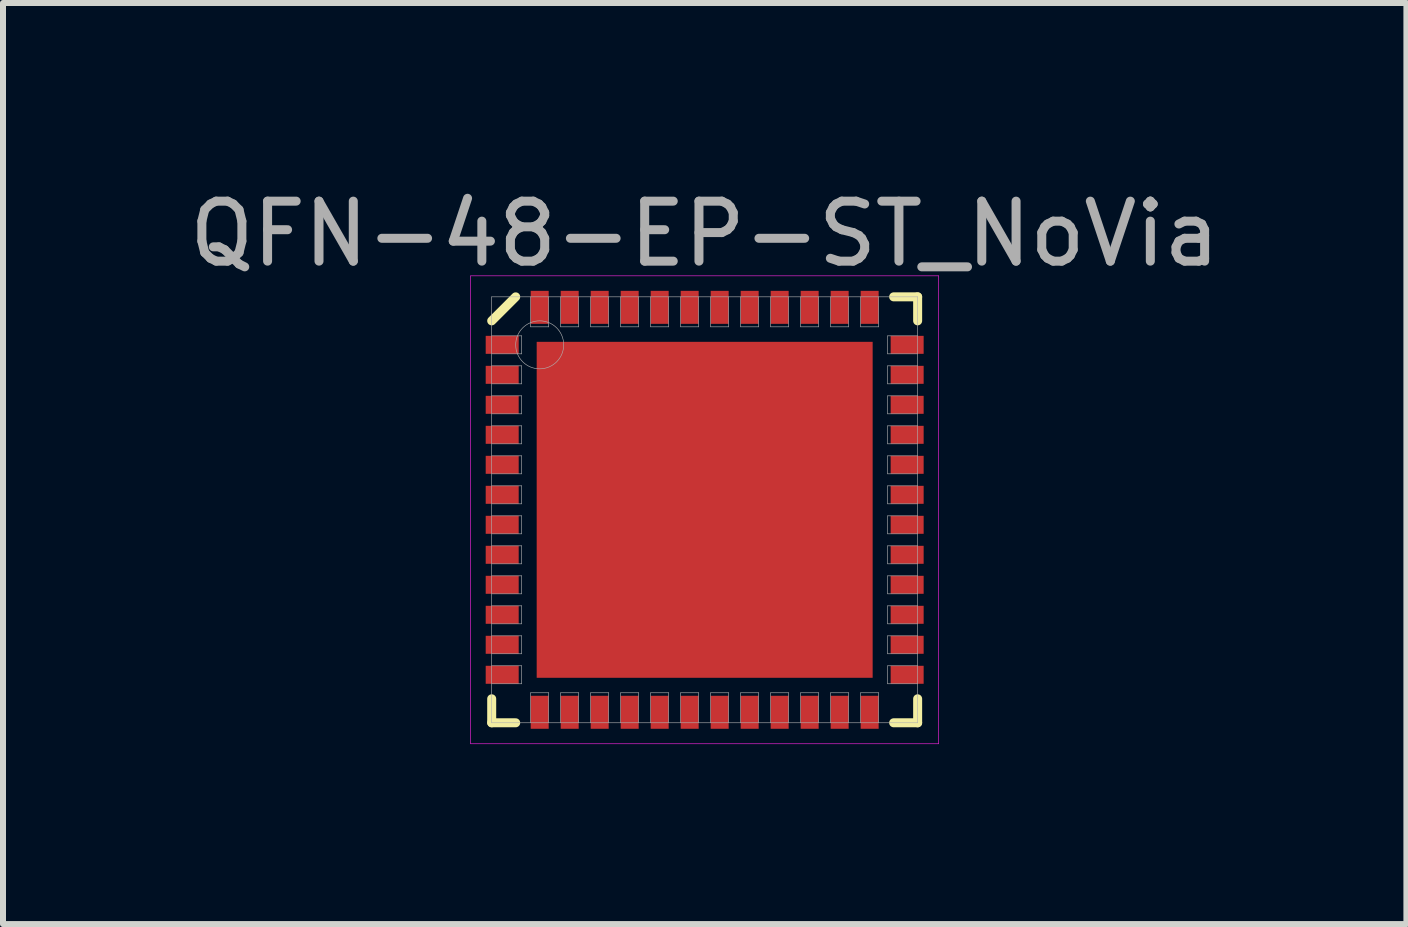
<source format=kicad_pcb>
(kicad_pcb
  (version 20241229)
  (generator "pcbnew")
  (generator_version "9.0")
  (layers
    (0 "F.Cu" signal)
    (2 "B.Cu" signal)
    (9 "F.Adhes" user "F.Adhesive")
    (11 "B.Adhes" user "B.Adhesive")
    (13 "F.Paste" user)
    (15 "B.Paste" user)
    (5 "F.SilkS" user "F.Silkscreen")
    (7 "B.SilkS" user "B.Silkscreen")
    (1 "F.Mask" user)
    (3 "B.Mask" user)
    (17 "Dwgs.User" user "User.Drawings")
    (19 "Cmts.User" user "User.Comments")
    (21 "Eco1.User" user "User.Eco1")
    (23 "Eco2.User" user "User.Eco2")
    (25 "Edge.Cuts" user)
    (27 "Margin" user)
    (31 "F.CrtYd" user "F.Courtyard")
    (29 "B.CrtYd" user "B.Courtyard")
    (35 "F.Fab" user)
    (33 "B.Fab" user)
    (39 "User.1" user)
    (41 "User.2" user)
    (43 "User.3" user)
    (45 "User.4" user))
  (footprint "QFN-48-EP-ST_NoVia"
    (layer "F.Cu")
    (at 8.696 5.448)
    (property "Reference" "QFN-48-EP-ST_NoVia" (at 0 -4.6 0) (layer "F.Fab") (effects (font (size 1 1) (thickness 0.15))))
    (attr through_hole)
    (fp_line (start -3.55 -3.15) (end -3.15 -3.55) (stroke (width 0.15) (type solid)) (layer "F.SilkS"))
    (fp_line (start -3.55 3.55) (end -3.55 3.15) (stroke (width 0.15) (type solid)) (layer "F.SilkS"))
    (fp_line (start -3.15 3.55) (end -3.55 3.55) (stroke (width 0.15) (type solid)) (layer "F.SilkS"))
    (fp_line (start 3.15 -3.55) (end 3.55 -3.55) (stroke (width 0.15) (type solid)) (layer "F.SilkS"))
    (fp_line (start 3.15 3.55) (end 3.55 3.55) (stroke (width 0.15) (type solid)) (layer "F.SilkS"))
    (fp_line (start 3.55 -3.55) (end 3.55 -3.15) (stroke (width 0.15) (type solid)) (layer "F.SilkS"))
    (fp_line (start 3.55 3.55) (end 3.55 3.15) (stroke (width 0.15) (type solid)) (layer "F.SilkS"))
    (fp_line (start -3.9 -3.9) (end 3.9 -3.9) (stroke (width 0.01) (type solid)) (layer "F.CrtYd"))
    (fp_line (start -3.9 3.9) (end -3.9 -3.9) (stroke (width 0.01) (type solid)) (layer "F.CrtYd"))
    (fp_line (start 3.9 -3.9) (end 3.9 3.9) (stroke (width 0.01) (type solid)) (layer "F.CrtYd"))
    (fp_line (start 3.9 3.9) (end -3.9 3.9) (stroke (width 0.01) (type solid)) (layer "F.CrtYd"))
    (fp_line (start -3.55 -3.55) (end 3.55 -3.55) (stroke (width 0.01) (type solid)) (layer "F.Fab"))
    (fp_line (start -3.55 -2.6) (end -3.05 -2.6) (stroke (width 0.01) (type solid)) (layer "F.Fab"))
    (fp_line (start -3.55 -2.1) (end -3.05 -2.1) (stroke (width 0.01) (type solid)) (layer "F.Fab"))
    (fp_line (start -3.55 -1.6) (end -3.05 -1.6) (stroke (width 0.01) (type solid)) (layer "F.Fab"))
    (fp_line (start -3.55 -1.1) (end -3.05 -1.1) (stroke (width 0.01) (type solid)) (layer "F.Fab"))
    (fp_line (start -3.55 -0.6) (end -3.05 -0.6) (stroke (width 0.01) (type solid)) (layer "F.Fab"))
    (fp_line (start -3.55 -0.1) (end -3.05 -0.1) (stroke (width 0.01) (type solid)) (layer "F.Fab"))
    (fp_line (start -3.55 0.4) (end -3.05 0.4) (stroke (width 0.01) (type solid)) (layer "F.Fab"))
    (fp_line (start -3.55 0.9) (end -3.05 0.9) (stroke (width 0.01) (type solid)) (layer "F.Fab"))
    (fp_line (start -3.55 1.4) (end -3.05 1.4) (stroke (width 0.01) (type solid)) (layer "F.Fab"))
    (fp_line (start -3.55 1.9) (end -3.05 1.9) (stroke (width 0.01) (type solid)) (layer "F.Fab"))
    (fp_line (start -3.55 2.4) (end -3.05 2.4) (stroke (width 0.01) (type solid)) (layer "F.Fab"))
    (fp_line (start -3.55 2.9) (end -3.05 2.9) (stroke (width 0.01) (type solid)) (layer "F.Fab"))
    (fp_line (start -3.55 3.55) (end -3.55 -3.55) (stroke (width 0.01) (type solid)) (layer "F.Fab"))
    (fp_line (start -3.05 -2.9) (end -3.55 -2.9) (stroke (width 0.01) (type solid)) (layer "F.Fab"))
    (fp_line (start -3.05 -2.6) (end -3.05 -2.9) (stroke (width 0.01) (type solid)) (layer "F.Fab"))
    (fp_line (start -3.05 -2.4) (end -3.55 -2.4) (stroke (width 0.01) (type solid)) (layer "F.Fab"))
    (fp_line (start -3.05 -2.1) (end -3.05 -2.4) (stroke (width 0.01) (type solid)) (layer "F.Fab"))
    (fp_line (start -3.05 -1.9) (end -3.55 -1.9) (stroke (width 0.01) (type solid)) (layer "F.Fab"))
    (fp_line (start -3.05 -1.6) (end -3.05 -1.9) (stroke (width 0.01) (type solid)) (layer "F.Fab"))
    (fp_line (start -3.05 -1.4) (end -3.55 -1.4) (stroke (width 0.01) (type solid)) (layer "F.Fab"))
    (fp_line (start -3.05 -1.1) (end -3.05 -1.4) (stroke (width 0.01) (type solid)) (layer "F.Fab"))
    (fp_line (start -3.05 -0.9) (end -3.55 -0.9) (stroke (width 0.01) (type solid)) (layer "F.Fab"))
    (fp_line (start -3.05 -0.6) (end -3.05 -0.9) (stroke (width 0.01) (type solid)) (layer "F.Fab"))
    (fp_line (start -3.05 -0.4) (end -3.55 -0.4) (stroke (width 0.01) (type solid)) (layer "F.Fab"))
    (fp_line (start -3.05 -0.1) (end -3.05 -0.4) (stroke (width 0.01) (type solid)) (layer "F.Fab"))
    (fp_line (start -3.05 0.1) (end -3.55 0.1) (stroke (width 0.01) (type solid)) (layer "F.Fab"))
    (fp_line (start -3.05 0.4) (end -3.05 0.1) (stroke (width 0.01) (type solid)) (layer "F.Fab"))
    (fp_line (start -3.05 0.6) (end -3.55 0.6) (stroke (width 0.01) (type solid)) (layer "F.Fab"))
    (fp_line (start -3.05 0.9) (end -3.05 0.6) (stroke (width 0.01) (type solid)) (layer "F.Fab"))
    (fp_line (start -3.05 1.1) (end -3.55 1.1) (stroke (width 0.01) (type solid)) (layer "F.Fab"))
    (fp_line (start -3.05 1.4) (end -3.05 1.1) (stroke (width 0.01) (type solid)) (layer "F.Fab"))
    (fp_line (start -3.05 1.6) (end -3.55 1.6) (stroke (width 0.01) (type solid)) (layer "F.Fab"))
    (fp_line (start -3.05 1.9) (end -3.05 1.6) (stroke (width 0.01) (type solid)) (layer "F.Fab"))
    (fp_line (start -3.05 2.1) (end -3.55 2.1) (stroke (width 0.01) (type solid)) (layer "F.Fab"))
    (fp_line (start -3.05 2.4) (end -3.05 2.1) (stroke (width 0.01) (type solid)) (layer "F.Fab"))
    (fp_line (start -3.05 2.6) (end -3.55 2.6) (stroke (width 0.01) (type solid)) (layer "F.Fab"))
    (fp_line (start -3.05 2.9) (end -3.05 2.6) (stroke (width 0.01) (type solid)) (layer "F.Fab"))
    (fp_line (start -2.9 -3.55) (end -2.9 -3.05) (stroke (width 0.01) (type solid)) (layer "F.Fab"))
    (fp_line (start -2.9 -3.05) (end -2.6 -3.05) (stroke (width 0.01) (type solid)) (layer "F.Fab"))
    (fp_line (start -2.9 3.05) (end -2.9 3.55) (stroke (width 0.01) (type solid)) (layer "F.Fab"))
    (fp_line (start -2.6 -3.05) (end -2.6 -3.55) (stroke (width 0.01) (type solid)) (layer "F.Fab"))
    (fp_line (start -2.6 3.05) (end -2.9 3.05) (stroke (width 0.01) (type solid)) (layer "F.Fab"))
    (fp_line (start -2.6 3.55) (end -2.6 3.05) (stroke (width 0.01) (type solid)) (layer "F.Fab"))
    (fp_line (start -2.4 -3.55) (end -2.4 -3.05) (stroke (width 0.01) (type solid)) (layer "F.Fab"))
    (fp_line (start -2.4 -3.05) (end -2.1 -3.05) (stroke (width 0.01) (type solid)) (layer "F.Fab"))
    (fp_line (start -2.4 3.05) (end -2.4 3.55) (stroke (width 0.01) (type solid)) (layer "F.Fab"))
    (fp_line (start -2.1 -3.05) (end -2.1 -3.55) (stroke (width 0.01) (type solid)) (layer "F.Fab"))
    (fp_line (start -2.1 3.05) (end -2.4 3.05) (stroke (width 0.01) (type solid)) (layer "F.Fab"))
    (fp_line (start -2.1 3.55) (end -2.1 3.05) (stroke (width 0.01) (type solid)) (layer "F.Fab"))
    (fp_line (start -1.9 -3.55) (end -1.9 -3.05) (stroke (width 0.01) (type solid)) (layer "F.Fab"))
    (fp_line (start -1.9 -3.05) (end -1.6 -3.05) (stroke (width 0.01) (type solid)) (layer "F.Fab"))
    (fp_line (start -1.9 3.05) (end -1.9 3.55) (stroke (width 0.01) (type solid)) (layer "F.Fab"))
    (fp_line (start -1.6 -3.05) (end -1.6 -3.55) (stroke (width 0.01) (type solid)) (layer "F.Fab"))
    (fp_line (start -1.6 3.05) (end -1.9 3.05) (stroke (width 0.01) (type solid)) (layer "F.Fab"))
    (fp_line (start -1.6 3.55) (end -1.6 3.05) (stroke (width 0.01) (type solid)) (layer "F.Fab"))
    (fp_line (start -1.4 -3.55) (end -1.4 -3.05) (stroke (width 0.01) (type solid)) (layer "F.Fab"))
    (fp_line (start -1.4 -3.05) (end -1.1 -3.05) (stroke (width 0.01) (type solid)) (layer "F.Fab"))
    (fp_line (start -1.4 3.05) (end -1.4 3.55) (stroke (width 0.01) (type solid)) (layer "F.Fab"))
    (fp_line (start -1.1 -3.05) (end -1.1 -3.55) (stroke (width 0.01) (type solid)) (layer "F.Fab"))
    (fp_line (start -1.1 3.05) (end -1.4 3.05) (stroke (width 0.01) (type solid)) (layer "F.Fab"))
    (fp_line (start -1.1 3.55) (end -1.1 3.05) (stroke (width 0.01) (type solid)) (layer "F.Fab"))
    (fp_line (start -0.9 -3.55) (end -0.9 -3.05) (stroke (width 0.01) (type solid)) (layer "F.Fab"))
    (fp_line (start -0.9 -3.05) (end -0.6 -3.05) (stroke (width 0.01) (type solid)) (layer "F.Fab"))
    (fp_line (start -0.9 3.05) (end -0.9 3.55) (stroke (width 0.01) (type solid)) (layer "F.Fab"))
    (fp_line (start -0.6 -3.05) (end -0.6 -3.55) (stroke (width 0.01) (type solid)) (layer "F.Fab"))
    (fp_line (start -0.6 3.05) (end -0.9 3.05) (stroke (width 0.01) (type solid)) (layer "F.Fab"))
    (fp_line (start -0.6 3.55) (end -0.6 3.05) (stroke (width 0.01) (type solid)) (layer "F.Fab"))
    (fp_line (start -0.4 -3.55) (end -0.4 -3.05) (stroke (width 0.01) (type solid)) (layer "F.Fab"))
    (fp_line (start -0.4 -3.05) (end -0.1 -3.05) (stroke (width 0.01) (type solid)) (layer "F.Fab"))
    (fp_line (start -0.4 3.05) (end -0.4 3.55) (stroke (width 0.01) (type solid)) (layer "F.Fab"))
    (fp_line (start -0.1 -3.05) (end -0.1 -3.55) (stroke (width 0.01) (type solid)) (layer "F.Fab"))
    (fp_line (start -0.1 3.05) (end -0.4 3.05) (stroke (width 0.01) (type solid)) (layer "F.Fab"))
    (fp_line (start -0.1 3.55) (end -0.1 3.05) (stroke (width 0.01) (type solid)) (layer "F.Fab"))
    (fp_line (start 0.1 -3.55) (end 0.1 -3.05) (stroke (width 0.01) (type solid)) (layer "F.Fab"))
    (fp_line (start 0.1 -3.05) (end 0.4 -3.05) (stroke (width 0.01) (type solid)) (layer "F.Fab"))
    (fp_line (start 0.1 3.05) (end 0.1 3.55) (stroke (width 0.01) (type solid)) (layer "F.Fab"))
    (fp_line (start 0.4 -3.05) (end 0.4 -3.55) (stroke (width 0.01) (type solid)) (layer "F.Fab"))
    (fp_line (start 0.4 3.05) (end 0.1 3.05) (stroke (width 0.01) (type solid)) (layer "F.Fab"))
    (fp_line (start 0.4 3.55) (end 0.4 3.05) (stroke (width 0.01) (type solid)) (layer "F.Fab"))
    (fp_line (start 0.6 -3.55) (end 0.6 -3.05) (stroke (width 0.01) (type solid)) (layer "F.Fab"))
    (fp_line (start 0.6 -3.05) (end 0.9 -3.05) (stroke (width 0.01) (type solid)) (layer "F.Fab"))
    (fp_line (start 0.6 3.05) (end 0.6 3.55) (stroke (width 0.01) (type solid)) (layer "F.Fab"))
    (fp_line (start 0.9 -3.05) (end 0.9 -3.55) (stroke (width 0.01) (type solid)) (layer "F.Fab"))
    (fp_line (start 0.9 3.05) (end 0.6 3.05) (stroke (width 0.01) (type solid)) (layer "F.Fab"))
    (fp_line (start 0.9 3.55) (end 0.9 3.05) (stroke (width 0.01) (type solid)) (layer "F.Fab"))
    (fp_line (start 1.1 -3.55) (end 1.1 -3.05) (stroke (width 0.01) (type solid)) (layer "F.Fab"))
    (fp_line (start 1.1 -3.05) (end 1.4 -3.05) (stroke (width 0.01) (type solid)) (layer "F.Fab"))
    (fp_line (start 1.1 3.05) (end 1.1 3.55) (stroke (width 0.01) (type solid)) (layer "F.Fab"))
    (fp_line (start 1.4 -3.05) (end 1.4 -3.55) (stroke (width 0.01) (type solid)) (layer "F.Fab"))
    (fp_line (start 1.4 3.05) (end 1.1 3.05) (stroke (width 0.01) (type solid)) (layer "F.Fab"))
    (fp_line (start 1.4 3.55) (end 1.4 3.05) (stroke (width 0.01) (type solid)) (layer "F.Fab"))
    (fp_line (start 1.6 -3.55) (end 1.6 -3.05) (stroke (width 0.01) (type solid)) (layer "F.Fab"))
    (fp_line (start 1.6 -3.05) (end 1.9 -3.05) (stroke (width 0.01) (type solid)) (layer "F.Fab"))
    (fp_line (start 1.6 3.05) (end 1.6 3.55) (stroke (width 0.01) (type solid)) (layer "F.Fab"))
    (fp_line (start 1.9 -3.05) (end 1.9 -3.55) (stroke (width 0.01) (type solid)) (layer "F.Fab"))
    (fp_line (start 1.9 3.05) (end 1.6 3.05) (stroke (width 0.01) (type solid)) (layer "F.Fab"))
    (fp_line (start 1.9 3.55) (end 1.9 3.05) (stroke (width 0.01) (type solid)) (layer "F.Fab"))
    (fp_line (start 2.1 -3.55) (end 2.1 -3.05) (stroke (width 0.01) (type solid)) (layer "F.Fab"))
    (fp_line (start 2.1 -3.05) (end 2.4 -3.05) (stroke (width 0.01) (type solid)) (layer "F.Fab"))
    (fp_line (start 2.1 3.05) (end 2.1 3.55) (stroke (width 0.01) (type solid)) (layer "F.Fab"))
    (fp_line (start 2.4 -3.05) (end 2.4 -3.55) (stroke (width 0.01) (type solid)) (layer "F.Fab"))
    (fp_line (start 2.4 3.05) (end 2.1 3.05) (stroke (width 0.01) (type solid)) (layer "F.Fab"))
    (fp_line (start 2.4 3.55) (end 2.4 3.05) (stroke (width 0.01) (type solid)) (layer "F.Fab"))
    (fp_line (start 2.6 -3.55) (end 2.6 -3.05) (stroke (width 0.01) (type solid)) (layer "F.Fab"))
    (fp_line (start 2.6 -3.05) (end 2.9 -3.05) (stroke (width 0.01) (type solid)) (layer "F.Fab"))
    (fp_line (start 2.6 3.05) (end 2.6 3.55) (stroke (width 0.01) (type solid)) (layer "F.Fab"))
    (fp_line (start 2.9 -3.05) (end 2.9 -3.55) (stroke (width 0.01) (type solid)) (layer "F.Fab"))
    (fp_line (start 2.9 3.05) (end 2.6 3.05) (stroke (width 0.01) (type solid)) (layer "F.Fab"))
    (fp_line (start 2.9 3.55) (end 2.9 3.05) (stroke (width 0.01) (type solid)) (layer "F.Fab"))
    (fp_line (start 3.05 -2.9) (end 3.05 -2.6) (stroke (width 0.01) (type solid)) (layer "F.Fab"))
    (fp_line (start 3.05 -2.6) (end 3.55 -2.6) (stroke (width 0.01) (type solid)) (layer "F.Fab"))
    (fp_line (start 3.05 -2.4) (end 3.05 -2.1) (stroke (width 0.01) (type solid)) (layer "F.Fab"))
    (fp_line (start 3.05 -2.1) (end 3.55 -2.1) (stroke (width 0.01) (type solid)) (layer "F.Fab"))
    (fp_line (start 3.05 -1.9) (end 3.05 -1.6) (stroke (width 0.01) (type solid)) (layer "F.Fab"))
    (fp_line (start 3.05 -1.6) (end 3.55 -1.6) (stroke (width 0.01) (type solid)) (layer "F.Fab"))
    (fp_line (start 3.05 -1.4) (end 3.05 -1.1) (stroke (width 0.01) (type solid)) (layer "F.Fab"))
    (fp_line (start 3.05 -1.1) (end 3.55 -1.1) (stroke (width 0.01) (type solid)) (layer "F.Fab"))
    (fp_line (start 3.05 -0.9) (end 3.05 -0.6) (stroke (width 0.01) (type solid)) (layer "F.Fab"))
    (fp_line (start 3.05 -0.6) (end 3.55 -0.6) (stroke (width 0.01) (type solid)) (layer "F.Fab"))
    (fp_line (start 3.05 -0.4) (end 3.05 -0.1) (stroke (width 0.01) (type solid)) (layer "F.Fab"))
    (fp_line (start 3.05 -0.1) (end 3.55 -0.1) (stroke (width 0.01) (type solid)) (layer "F.Fab"))
    (fp_line (start 3.05 0.1) (end 3.05 0.4) (stroke (width 0.01) (type solid)) (layer "F.Fab"))
    (fp_line (start 3.05 0.4) (end 3.55 0.4) (stroke (width 0.01) (type solid)) (layer "F.Fab"))
    (fp_line (start 3.05 0.6) (end 3.05 0.9) (stroke (width 0.01) (type solid)) (layer "F.Fab"))
    (fp_line (start 3.05 0.9) (end 3.55 0.9) (stroke (width 0.01) (type solid)) (layer "F.Fab"))
    (fp_line (start 3.05 1.1) (end 3.05 1.4) (stroke (width 0.01) (type solid)) (layer "F.Fab"))
    (fp_line (start 3.05 1.4) (end 3.55 1.4) (stroke (width 0.01) (type solid)) (layer "F.Fab"))
    (fp_line (start 3.05 1.6) (end 3.05 1.9) (stroke (width 0.01) (type solid)) (layer "F.Fab"))
    (fp_line (start 3.05 1.9) (end 3.55 1.9) (stroke (width 0.01) (type solid)) (layer "F.Fab"))
    (fp_line (start 3.05 2.1) (end 3.05 2.4) (stroke (width 0.01) (type solid)) (layer "F.Fab"))
    (fp_line (start 3.05 2.4) (end 3.55 2.4) (stroke (width 0.01) (type solid)) (layer "F.Fab"))
    (fp_line (start 3.05 2.6) (end 3.05 2.9) (stroke (width 0.01) (type solid)) (layer "F.Fab"))
    (fp_line (start 3.05 2.9) (end 3.55 2.9) (stroke (width 0.01) (type solid)) (layer "F.Fab"))
    (fp_line (start 3.55 -3.55) (end 3.55 3.55) (stroke (width 0.01) (type solid)) (layer "F.Fab"))
    (fp_line (start 3.55 -2.9) (end 3.05 -2.9) (stroke (width 0.01) (type solid)) (layer "F.Fab"))
    (fp_line (start 3.55 -2.4) (end 3.05 -2.4) (stroke (width 0.01) (type solid)) (layer "F.Fab"))
    (fp_line (start 3.55 -1.9) (end 3.05 -1.9) (stroke (width 0.01) (type solid)) (layer "F.Fab"))
    (fp_line (start 3.55 -1.4) (end 3.05 -1.4) (stroke (width 0.01) (type solid)) (layer "F.Fab"))
    (fp_line (start 3.55 -0.9) (end 3.05 -0.9) (stroke (width 0.01) (type solid)) (layer "F.Fab"))
    (fp_line (start 3.55 -0.4) (end 3.05 -0.4) (stroke (width 0.01) (type solid)) (layer "F.Fab"))
    (fp_line (start 3.55 0.1) (end 3.05 0.1) (stroke (width 0.01) (type solid)) (layer "F.Fab"))
    (fp_line (start 3.55 0.6) (end 3.05 0.6) (stroke (width 0.01) (type solid)) (layer "F.Fab"))
    (fp_line (start 3.55 1.1) (end 3.05 1.1) (stroke (width 0.01) (type solid)) (layer "F.Fab"))
    (fp_line (start 3.55 1.6) (end 3.05 1.6) (stroke (width 0.01) (type solid)) (layer "F.Fab"))
    (fp_line (start 3.55 2.1) (end 3.05 2.1) (stroke (width 0.01) (type solid)) (layer "F.Fab"))
    (fp_line (start 3.55 2.6) (end 3.05 2.6) (stroke (width 0.01) (type solid)) (layer "F.Fab"))
    (fp_line (start 3.55 3.55) (end -3.55 3.55) (stroke (width 0.01) (type solid)) (layer "F.Fab"))
    (fp_circle (center -2.75 -2.75) (end -2.75 -2.35) (stroke (width 0.01) (type solid)) (fill no) (layer "F.Fab"))
    (pad "" smd rect (at -1.25 -1.25) (size 1 1) (layers "F.Paste"))
    (pad "" smd rect (at -1.25 -1.25) (size 2 2) (layers "F.Mask"))
    (pad "" smd rect (at -1.25 1.25) (size 1 1) (layers "F.Paste"))
    (pad "" smd rect (at -1.25 1.25) (size 2 2) (layers "F.Mask"))
    (pad "" smd rect (at 1.25 -1.25) (size 1 1) (layers "F.Paste"))
    (pad "" smd rect (at 1.25 -1.25) (size 2 2) (layers "F.Mask"))
    (pad "" smd rect (at 1.25 1.25) (size 1 1) (layers "F.Paste"))
    (pad "" smd rect (at 1.25 1.25) (size 2 2) (layers "F.Mask"))
    (pad "1" smd rect (at -3.375 -2.75) (size 0.55 0.3) (layers "F.Cu" "F.Mask" "F.Paste"))
    (pad "2" smd rect (at -3.375 -2.25) (size 0.55 0.3) (layers "F.Cu" "F.Mask" "F.Paste"))
    (pad "3" smd rect (at -3.375 -1.75) (size 0.55 0.3) (layers "F.Cu" "F.Mask" "F.Paste"))
    (pad "4" smd rect (at -3.375 -1.25) (size 0.55 0.3) (layers "F.Cu" "F.Mask" "F.Paste"))
    (pad "5" smd rect (at -3.375 -0.75) (size 0.55 0.3) (layers "F.Cu" "F.Mask" "F.Paste"))
    (pad "5" smd rect (at 0 0) (size 5.6 5.6) (layers "F.Cu"))
    (pad "6" smd rect (at -3.375 -0.25) (size 0.55 0.3) (layers "F.Cu" "F.Mask" "F.Paste"))
    (pad "7" smd rect (at -3.375 0.25) (size 0.55 0.3) (layers "F.Cu" "F.Mask" "F.Paste"))
    (pad "8" smd rect (at -3.375 0.75) (size 0.55 0.3) (layers "F.Cu" "F.Mask" "F.Paste"))
    (pad "9" smd rect (at -3.375 1.25) (size 0.55 0.3) (layers "F.Cu" "F.Mask" "F.Paste"))
    (pad "10" smd rect (at -3.375 1.75) (size 0.55 0.3) (layers "F.Cu" "F.Mask" "F.Paste"))
    (pad "11" smd rect (at -3.375 2.25) (size 0.55 0.3) (layers "F.Cu" "F.Mask" "F.Paste"))
    (pad "12" smd rect (at -3.375 2.75) (size 0.55 0.3) (layers "F.Cu" "F.Mask" "F.Paste"))
    (pad "13" smd rect (at -2.75 3.375) (size 0.3 0.55) (layers "F.Cu" "F.Mask" "F.Paste"))
    (pad "14" smd rect (at -2.25 3.375) (size 0.3 0.55) (layers "F.Cu" "F.Mask" "F.Paste"))
    (pad "15" smd rect (at -1.75 3.375) (size 0.3 0.55) (layers "F.Cu" "F.Mask" "F.Paste"))
    (pad "16" smd rect (at -1.25 3.375) (size 0.3 0.55) (layers "F.Cu" "F.Mask" "F.Paste"))
    (pad "17" smd rect (at -0.75 3.375) (size 0.3 0.55) (layers "F.Cu" "F.Mask" "F.Paste"))
    (pad "18" smd rect (at -0.25 3.375) (size 0.3 0.55) (layers "F.Cu" "F.Mask" "F.Paste"))
    (pad "19" smd rect (at 0.25 3.375) (size 0.3 0.55) (layers "F.Cu" "F.Mask" "F.Paste"))
    (pad "20" smd rect (at 0.75 3.375) (size 0.3 0.55) (layers "F.Cu" "F.Mask" "F.Paste"))
    (pad "21" smd rect (at 1.25 3.375) (size 0.3 0.55) (layers "F.Cu" "F.Mask" "F.Paste"))
    (pad "22" smd rect (at 1.75 3.375) (size 0.3 0.55) (layers "F.Cu" "F.Mask" "F.Paste"))
    (pad "23" smd rect (at 2.25 3.375) (size 0.3 0.55) (layers "F.Cu" "F.Mask" "F.Paste"))
    (pad "24" smd rect (at 2.75 3.375) (size 0.3 0.55) (layers "F.Cu" "F.Mask" "F.Paste"))
    (pad "25" smd rect (at 3.375 2.75) (size 0.55 0.3) (layers "F.Cu" "F.Mask" "F.Paste"))
    (pad "26" smd rect (at 3.375 2.25) (size 0.55 0.3) (layers "F.Cu" "F.Mask" "F.Paste"))
    (pad "27" smd rect (at 3.375 1.75) (size 0.55 0.3) (layers "F.Cu" "F.Mask" "F.Paste"))
    (pad "28" smd rect (at 3.375 1.25) (size 0.55 0.3) (layers "F.Cu" "F.Mask" "F.Paste"))
    (pad "29" smd rect (at 3.375 0.75) (size 0.55 0.3) (layers "F.Cu" "F.Mask" "F.Paste"))
    (pad "30" smd rect (at 3.375 0.25) (size 0.55 0.3) (layers "F.Cu" "F.Mask" "F.Paste"))
    (pad "31" smd rect (at 3.375 -0.25) (size 0.55 0.3) (layers "F.Cu" "F.Mask" "F.Paste"))
    (pad "32" smd rect (at 3.375 -0.75) (size 0.55 0.3) (layers "F.Cu" "F.Mask" "F.Paste"))
    (pad "33" smd rect (at 3.375 -1.25) (size 0.55 0.3) (layers "F.Cu" "F.Mask" "F.Paste"))
    (pad "34" smd rect (at 3.375 -1.75) (size 0.55 0.3) (layers "F.Cu" "F.Mask" "F.Paste"))
    (pad "35" smd rect (at 3.375 -2.25) (size 0.55 0.3) (layers "F.Cu" "F.Mask" "F.Paste"))
    (pad "36" smd rect (at 3.375 -2.75) (size 0.55 0.3) (layers "F.Cu" "F.Mask" "F.Paste"))
    (pad "37" smd rect (at 2.75 -3.375) (size 0.3 0.55) (layers "F.Cu" "F.Mask" "F.Paste"))
    (pad "38" smd rect (at 2.25 -3.375) (size 0.3 0.55) (layers "F.Cu" "F.Mask" "F.Paste"))
    (pad "39" smd rect (at 1.75 -3.375) (size 0.3 0.55) (layers "F.Cu" "F.Mask" "F.Paste"))
    (pad "40" smd rect (at 1.25 -3.375) (size 0.3 0.55) (layers "F.Cu" "F.Mask" "F.Paste"))
    (pad "41" smd rect (at 0.75 -3.375) (size 0.3 0.55) (layers "F.Cu" "F.Mask" "F.Paste"))
    (pad "42" smd rect (at 0.25 -3.375) (size 0.3 0.55) (layers "F.Cu" "F.Mask" "F.Paste"))
    (pad "43" smd rect (at -0.25 -3.375) (size 0.3 0.55) (layers "F.Cu" "F.Mask" "F.Paste"))
    (pad "44" smd rect (at -0.75 -3.375) (size 0.3 0.55) (layers "F.Cu" "F.Mask" "F.Paste"))
    (pad "45" smd rect (at -1.25 -3.375) (size 0.3 0.55) (layers "F.Cu" "F.Mask" "F.Paste"))
    (pad "46" smd rect (at -1.75 -3.375) (size 0.3 0.55) (layers "F.Cu" "F.Mask" "F.Paste"))
    (pad "47" smd rect (at -2.25 -3.375) (size 0.3 0.55) (layers "F.Cu" "F.Mask" "F.Paste"))
    (pad "48" smd rect (at -2.75 -3.375) (size 0.3 0.55) (layers "F.Cu" "F.Mask" "F.Paste")))
  (gr_rect
    (start -3 -3)
    (end 20.393 12.353)
    (stroke (width 0.1) (type default))
    (fill no)
    (layer "Edge.Cuts")))
</source>
